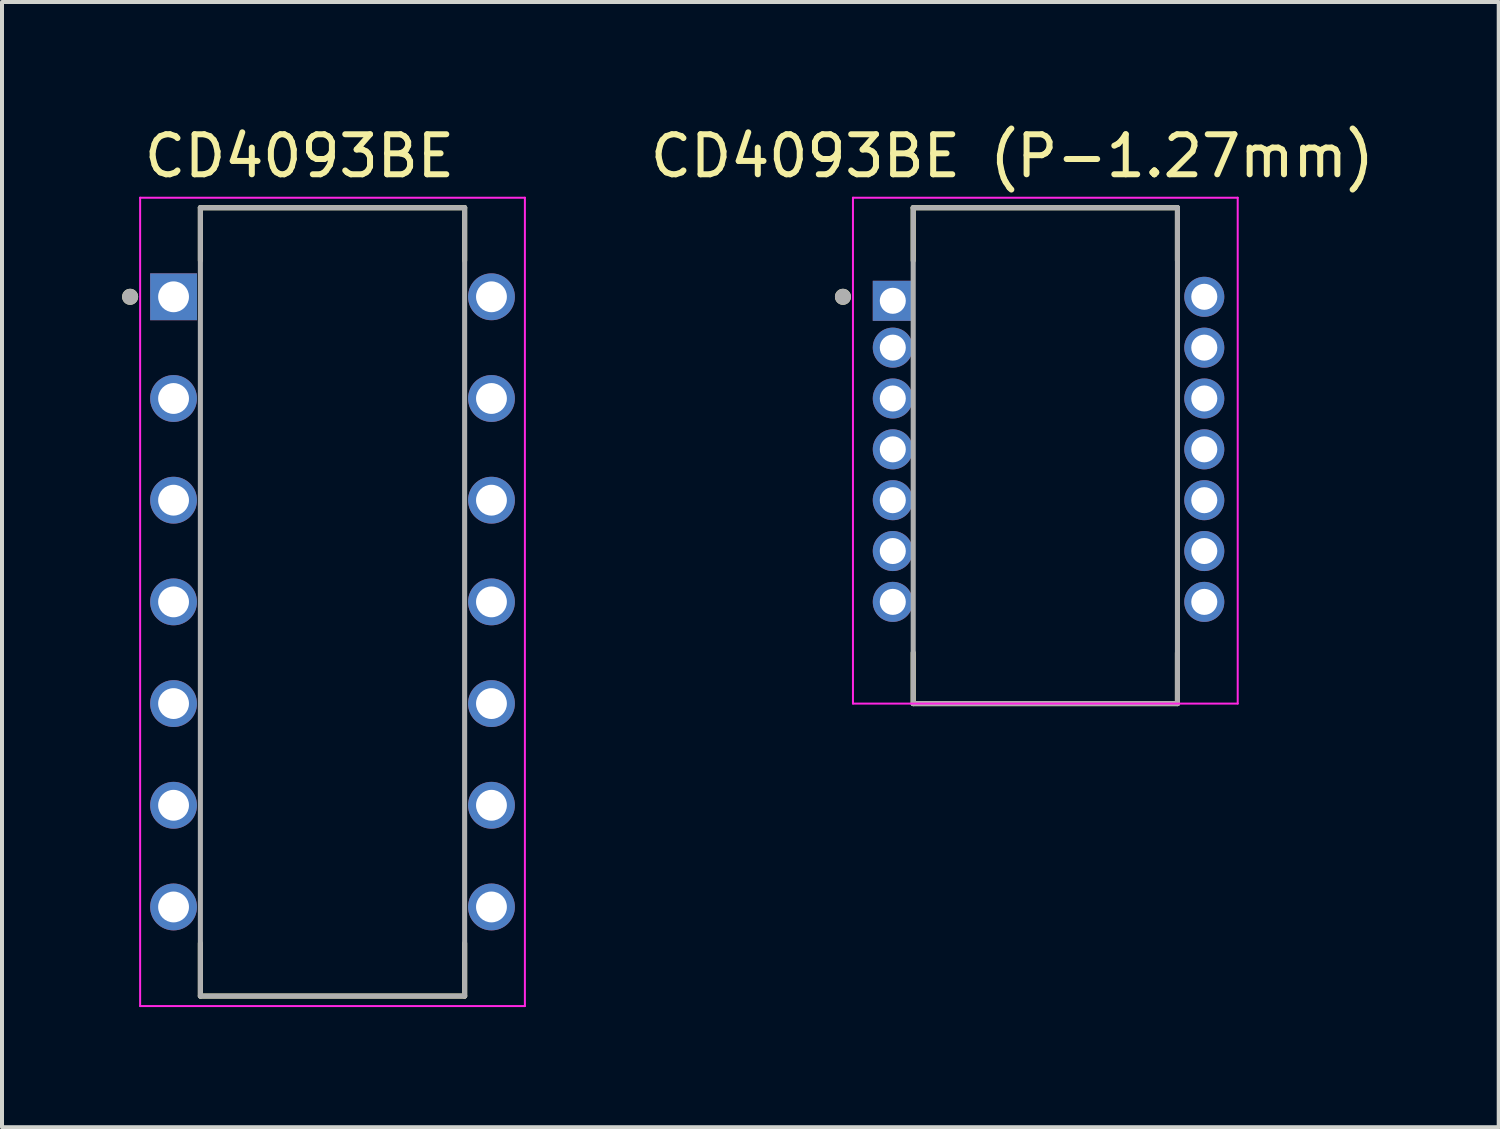
<source format=kicad_pcb>
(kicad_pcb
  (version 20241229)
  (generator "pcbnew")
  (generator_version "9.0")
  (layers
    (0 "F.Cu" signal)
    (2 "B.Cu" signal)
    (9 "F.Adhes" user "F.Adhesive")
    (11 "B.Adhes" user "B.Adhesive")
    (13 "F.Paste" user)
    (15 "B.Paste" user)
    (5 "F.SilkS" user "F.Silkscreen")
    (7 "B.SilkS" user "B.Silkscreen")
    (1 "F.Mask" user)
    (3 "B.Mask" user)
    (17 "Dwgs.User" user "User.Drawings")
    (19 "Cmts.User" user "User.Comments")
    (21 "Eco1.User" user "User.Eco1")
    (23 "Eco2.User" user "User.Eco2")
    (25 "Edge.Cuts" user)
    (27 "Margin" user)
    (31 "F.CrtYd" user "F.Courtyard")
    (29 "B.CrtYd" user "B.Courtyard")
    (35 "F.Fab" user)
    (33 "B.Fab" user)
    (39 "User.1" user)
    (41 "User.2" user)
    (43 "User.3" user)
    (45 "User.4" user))
  (footprint "CD4093BE (P-1.27mm)"
    (layer "F.Cu")
    (at 23.059 11.983)
    (property "Reference" "CD4093BE (P-1.27mm)" (at -0.825 -11.135 0) (layer "F.SilkS") (effects (font (size 1 1) (thickness 0.15))))
    (attr through_hole)
    (fp_line (start -3.3 -9.845) (end 3.3 -9.845) (stroke (width 0.127) (type solid)) (layer "F.SilkS"))
    (fp_line (start -3.3 -8.525) (end -3.3 -9.845) (stroke (width 0.127) (type solid)) (layer "F.SilkS"))
    (fp_line (start -3.3 2.54) (end -3.3 1.27) (stroke (width 0.127) (type solid)) (layer "F.SilkS"))
    (fp_line (start 3.3 -9.845) (end 3.3 -8.525) (stroke (width 0.127) (type solid)) (layer "F.SilkS"))
    (fp_line (start 3.3 1.27) (end 3.3 2.54) (stroke (width 0.127) (type solid)) (layer "F.SilkS"))
    (fp_line (start 3.3 2.54) (end -3.3 2.54) (stroke (width 0.127) (type solid)) (layer "F.SilkS"))
    (fp_circle (center -5.055 -7.62) (end -4.955 -7.62) (stroke (width 0.2) (type solid)) (fill no) (layer "F.SilkS"))
    (fp_line (start -4.805 -10.095) (end -4.805 2.54) (stroke (width 0.05) (type solid)) (layer "F.CrtYd"))
    (fp_line (start 4.805 -10.095) (end -4.805 -10.095) (stroke (width 0.05) (type solid)) (layer "F.CrtYd"))
    (fp_line (start 4.805 -10.095) (end 4.805 2.54) (stroke (width 0.05) (type solid)) (layer "F.CrtYd"))
    (fp_line (start 4.805 2.54) (end -4.805 2.54) (stroke (width 0.05) (type solid)) (layer "F.CrtYd"))
    (fp_line (start -3.3 -9.845) (end -3.3 2.54) (stroke (width 0.127) (type solid)) (layer "F.Fab"))
    (fp_line (start -3.3 -9.845) (end 3.3 -9.845) (stroke (width 0.127) (type solid)) (layer "F.Fab"))
    (fp_line (start -3.3 2.54) (end 3.3 2.54) (stroke (width 0.127) (type solid)) (layer "F.Fab"))
    (fp_line (start 3.3 -9.845) (end 3.3 2.54) (stroke (width 0.127) (type solid)) (layer "F.Fab"))
    (fp_circle (center -5.055 -7.62) (end -4.955 -7.62) (stroke (width 0.2) (type solid)) (fill no) (layer "F.Fab"))
    (pad "1" thru_hole rect (at -3.81 -7.52) (size 1 1) (drill 0.65) (layers "*.Cu" "*.Mask"))
    (pad "2" thru_hole circle (at -3.81 -6.35) (size 1 1) (drill 0.65) (layers "*.Cu" "*.Mask"))
    (pad "3" thru_hole circle (at -3.81 -5.08) (size 1 1) (drill 0.65) (layers "*.Cu" "*.Mask"))
    (pad "4" thru_hole circle (at -3.81 -3.81) (size 1 1) (drill 0.65) (layers "*.Cu" "*.Mask"))
    (pad "5" thru_hole circle (at -3.81 -2.54) (size 1 1) (drill 0.65) (layers "*.Cu" "*.Mask"))
    (pad "6" thru_hole circle (at -3.81 -1.27) (size 1 1) (drill 0.65) (layers "*.Cu" "*.Mask"))
    (pad "7" thru_hole circle (at -3.81 0) (size 1 1) (drill 0.65) (layers "*.Cu" "*.Mask"))
    (pad "8" thru_hole circle (at 3.97 0) (size 1 1) (drill 0.65) (layers "*.Cu" "*.Mask"))
    (pad "9" thru_hole circle (at 3.97 -1.27) (size 1 1) (drill 0.65) (layers "*.Cu" "*.Mask"))
    (pad "10" thru_hole circle (at 3.97 -2.54) (size 1 1) (drill 0.65) (layers "*.Cu" "*.Mask"))
    (pad "11" thru_hole circle (at 3.97 -3.81) (size 1 1) (drill 0.65) (layers "*.Cu" "*.Mask"))
    (pad "12" thru_hole circle (at 3.97 -5.08) (size 1 1) (drill 0.65) (layers "*.Cu" "*.Mask"))
    (pad "13" thru_hole circle (at 3.97 -6.35) (size 1 1) (drill 0.65) (layers "*.Cu" "*.Mask"))
    (pad "14" thru_hole circle (at 3.97 -7.62) (size 1 1) (drill 0.65) (layers "*.Cu" "*.Mask")))
  (footprint "CD4093BE"
    (layer "F.Cu")
    (at 5.255 11.983)
    (property "Reference" "CD4093BE" (at -0.825 -11.135 0) (layer "F.SilkS") (effects (font (size 1 1) (thickness 0.15))))
    (attr through_hole)
    (fp_line (start -3.3 -9.845) (end 3.3 -9.845) (stroke (width 0.127) (type solid)) (layer "F.SilkS"))
    (fp_line (start -3.3 -8.525) (end -3.3 -9.845) (stroke (width 0.127) (type solid)) (layer "F.SilkS"))
    (fp_line (start -3.3 9.845) (end -3.3 8.525) (stroke (width 0.127) (type solid)) (layer "F.SilkS"))
    (fp_line (start 3.3 -9.845) (end 3.3 -8.525) (stroke (width 0.127) (type solid)) (layer "F.SilkS"))
    (fp_line (start 3.3 8.525) (end 3.3 9.845) (stroke (width 0.127) (type solid)) (layer "F.SilkS"))
    (fp_line (start 3.3 9.845) (end -3.3 9.845) (stroke (width 0.127) (type solid)) (layer "F.SilkS"))
    (fp_circle (center -5.055 -7.62) (end -4.955 -7.62) (stroke (width 0.2) (type solid)) (fill no) (layer "F.SilkS"))
    (fp_line (start -4.805 -10.095) (end -4.805 10.095) (stroke (width 0.05) (type solid)) (layer "F.CrtYd"))
    (fp_line (start 4.805 -10.095) (end -4.805 -10.095) (stroke (width 0.05) (type solid)) (layer "F.CrtYd"))
    (fp_line (start 4.805 -10.095) (end 4.805 10.095) (stroke (width 0.05) (type solid)) (layer "F.CrtYd"))
    (fp_line (start 4.805 10.095) (end -4.805 10.095) (stroke (width 0.05) (type solid)) (layer "F.CrtYd"))
    (fp_line (start -3.3 -9.845) (end -3.3 9.845) (stroke (width 0.127) (type solid)) (layer "F.Fab"))
    (fp_line (start -3.3 -9.845) (end 3.3 -9.845) (stroke (width 0.127) (type solid)) (layer "F.Fab"))
    (fp_line (start -3.3 9.845) (end 3.3 9.845) (stroke (width 0.127) (type solid)) (layer "F.Fab"))
    (fp_line (start 3.3 -9.845) (end 3.3 9.845) (stroke (width 0.127) (type solid)) (layer "F.Fab"))
    (fp_circle (center -5.055 -7.62) (end -4.955 -7.62) (stroke (width 0.2) (type solid)) (fill no) (layer "F.Fab"))
    (pad "1" thru_hole rect (at -3.97 -7.62) (size 1.17 1.17) (drill 0.77) (layers "*.Cu" "*.Mask"))
    (pad "2" thru_hole circle (at -3.97 -5.08) (size 1.17 1.17) (drill 0.77) (layers "*.Cu" "*.Mask"))
    (pad "3" thru_hole circle (at -3.97 -2.54) (size 1.17 1.17) (drill 0.77) (layers "*.Cu" "*.Mask"))
    (pad "4" thru_hole circle (at -3.97 0) (size 1.17 1.17) (drill 0.77) (layers "*.Cu" "*.Mask"))
    (pad "5" thru_hole circle (at -3.97 2.54) (size 1.17 1.17) (drill 0.77) (layers "*.Cu" "*.Mask"))
    (pad "6" thru_hole circle (at -3.97 5.08) (size 1.17 1.17) (drill 0.77) (layers "*.Cu" "*.Mask"))
    (pad "7" thru_hole circle (at -3.97 7.62) (size 1.17 1.17) (drill 0.77) (layers "*.Cu" "*.Mask"))
    (pad "8" thru_hole circle (at 3.97 7.62) (size 1.17 1.17) (drill 0.77) (layers "*.Cu" "*.Mask"))
    (pad "9" thru_hole circle (at 3.97 5.08) (size 1.17 1.17) (drill 0.77) (layers "*.Cu" "*.Mask"))
    (pad "10" thru_hole circle (at 3.97 2.54) (size 1.17 1.17) (drill 0.77) (layers "*.Cu" "*.Mask"))
    (pad "11" thru_hole circle (at 3.97 0) (size 1.17 1.17) (drill 0.77) (layers "*.Cu" "*.Mask"))
    (pad "12" thru_hole circle (at 3.97 -2.54) (size 1.17 1.17) (drill 0.77) (layers "*.Cu" "*.Mask"))
    (pad "13" thru_hole circle (at 3.97 -5.08) (size 1.17 1.17) (drill 0.77) (layers "*.Cu" "*.Mask"))
    (pad "14" thru_hole circle (at 3.97 -7.62) (size 1.17 1.17) (drill 0.77) (layers "*.Cu" "*.Mask")))
  (gr_rect
    (start -3 -3)
    (end 34.383 25.103)
    (stroke (width 0.1) (type default))
    (fill no)
    (layer "Edge.Cuts")))
</source>
